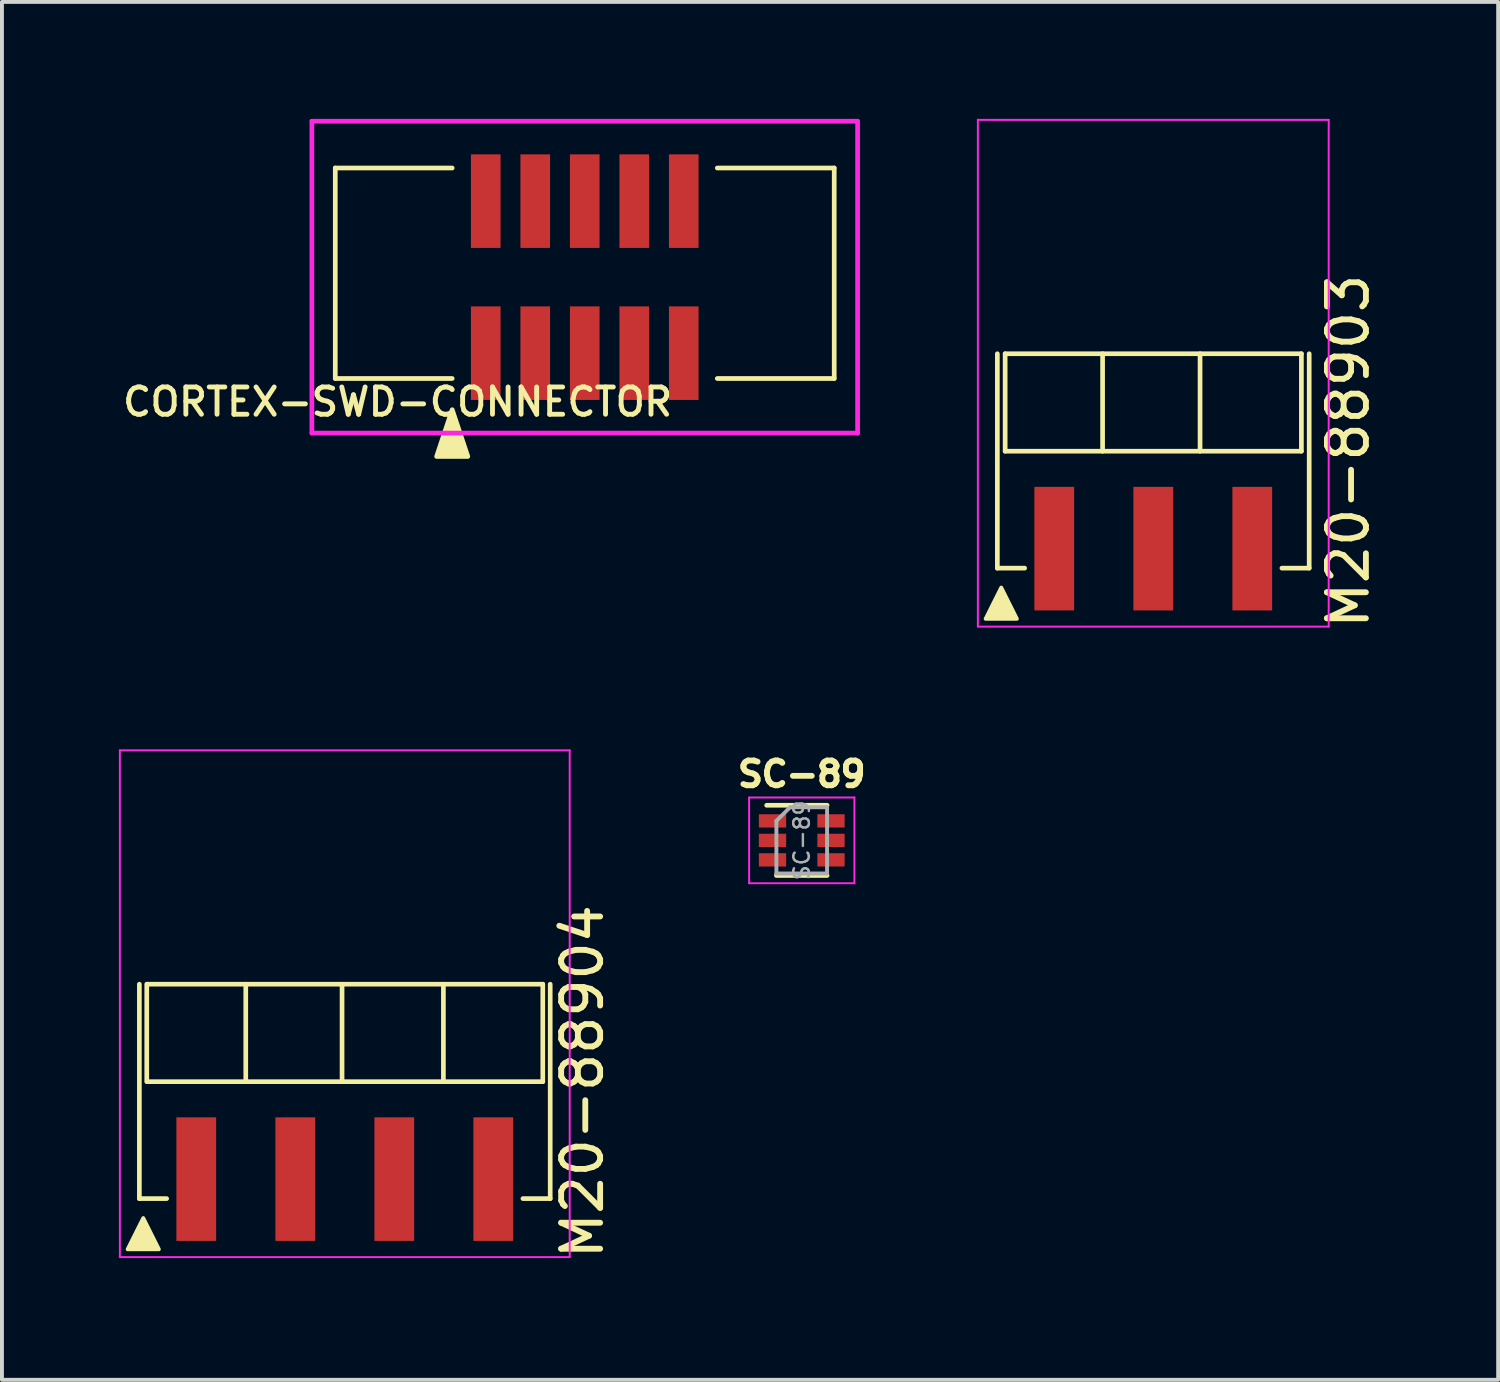
<source format=kicad_pcb>
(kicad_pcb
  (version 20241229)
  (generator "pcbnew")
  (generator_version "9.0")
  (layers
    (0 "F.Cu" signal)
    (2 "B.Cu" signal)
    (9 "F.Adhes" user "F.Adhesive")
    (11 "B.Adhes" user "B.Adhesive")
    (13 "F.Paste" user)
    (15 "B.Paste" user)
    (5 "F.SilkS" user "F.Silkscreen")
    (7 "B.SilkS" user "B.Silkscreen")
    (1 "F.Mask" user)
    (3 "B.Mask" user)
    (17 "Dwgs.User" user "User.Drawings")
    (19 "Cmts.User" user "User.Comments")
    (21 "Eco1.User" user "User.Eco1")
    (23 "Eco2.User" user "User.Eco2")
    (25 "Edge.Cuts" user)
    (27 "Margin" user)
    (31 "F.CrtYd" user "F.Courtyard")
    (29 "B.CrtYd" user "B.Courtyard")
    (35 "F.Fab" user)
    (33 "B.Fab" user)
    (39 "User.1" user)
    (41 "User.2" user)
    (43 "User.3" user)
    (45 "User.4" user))
  (footprint "M20-88904"
    (layer "F.Cu")
    (at 5.795 27.199)
    (property "Reference" "M20-88904" (at 6.096 -2.5 90) (layer "F.SilkS") (effects (font (size 1 1) (thickness 0.15))))
    (attr through_hole)
    (fp_line (start -5.27 -5) (end -5.27 0.5) (stroke (width 0.12) (type solid)) (layer "F.SilkS"))
    (fp_line (start -5.27 0.5) (end -4.57 0.5) (stroke (width 0.12) (type solid)) (layer "F.SilkS"))
    (fp_line (start -5.08 -2.5) (end -5.08 -5) (stroke (width 0.12) (type solid)) (layer "F.SilkS"))
    (fp_line (start -5.07 -5) (end 5.08 -5) (stroke (width 0.12) (type solid)) (layer "F.SilkS"))
    (fp_line (start -5.07 -2.5) (end 5.08 -2.5) (stroke (width 0.12) (type solid)) (layer "F.SilkS"))
    (fp_line (start -2.54 -5) (end -2.54 -2.5) (stroke (width 0.12) (type solid)) (layer "F.SilkS"))
    (fp_line (start -0.07 -5) (end -0.07 -2.5) (stroke (width 0.12) (type solid)) (layer "F.SilkS"))
    (fp_line (start 2.53 -5) (end 2.53 -2.5) (stroke (width 0.12) (type solid)) (layer "F.SilkS"))
    (fp_line (start 5.08 -5) (end 5.08 -2.5) (stroke (width 0.12) (type solid)) (layer "F.SilkS"))
    (fp_line (start 5.27 -5) (end 5.27 0.5) (stroke (width 0.12) (type solid)) (layer "F.SilkS"))
    (fp_line (start 5.27 0.5) (end 4.57 0.5) (stroke (width 0.12) (type solid)) (layer "F.SilkS"))
    (fp_poly (pts (xy -4.77 1.8) (xy -5.57 1.8) (xy -5.17 1)) (stroke (width 0.1) (type solid)) (fill yes) (layer "F.SilkS"))
    (fp_line (start -5.77 -11) (end 5.77 -11) (stroke (width 0.05) (type solid)) (layer "F.CrtYd"))
    (fp_line (start -5.77 2) (end -5.77 -11) (stroke (width 0.05) (type solid)) (layer "F.CrtYd"))
    (fp_line (start 5.77 -11) (end 5.77 2) (stroke (width 0.05) (type solid)) (layer "F.CrtYd"))
    (fp_line (start 5.77 2) (end -5.77 2) (stroke (width 0.05) (type solid)) (layer "F.CrtYd"))
    (pad "1" smd rect (at -3.81 0) (size 1.02 3.17) (layers "F.Cu" "F.Mask" "F.Paste"))
    (pad "2" smd rect (at -1.27 0) (size 1.02 3.17) (layers "F.Cu" "F.Mask" "F.Paste"))
    (pad "3" smd rect (at 1.27 0) (size 1.02 3.17) (layers "F.Cu" "F.Mask" "F.Paste"))
    (pad "4" smd rect (at 3.81 0) (size 1.02 3.17) (layers "F.Cu" "F.Mask" "F.Paste")))
  (footprint "SC-89"
    (layer "F.Cu")
    (at 17.518 18.509)
    (property "Reference" "SC-89" (at 0 -1.7 0) (layer "F.SilkS") (effects (font (size 0.635 0.635) (thickness 0.15))))
    (attr smd)
    (fp_line (start -0.9 -0.9) (end 0.65 -0.9) (stroke (width 0.12) (type solid)) (layer "F.SilkS"))
    (fp_line (start 0.65 0.9) (end -0.65 0.9) (stroke (width 0.12) (type solid)) (layer "F.SilkS"))
    (fp_line (start -1.35 -1.1) (end -1.35 1.1) (stroke (width 0.05) (type solid)) (layer "F.CrtYd"))
    (fp_line (start -1.35 -1.1) (end 1.35 -1.1) (stroke (width 0.05) (type solid)) (layer "F.CrtYd"))
    (fp_line (start 1.35 1.1) (end -1.35 1.1) (stroke (width 0.05) (type solid)) (layer "F.CrtYd"))
    (fp_line (start 1.35 1.1) (end 1.35 -1.1) (stroke (width 0.05) (type solid)) (layer "F.CrtYd"))
    (fp_line (start -0.65 -0.5) (end -0.65 0.85) (stroke (width 0.1) (type solid)) (layer "F.Fab"))
    (fp_line (start -0.65 -0.5) (end -0.3 -0.85) (stroke (width 0.1) (type solid)) (layer "F.Fab"))
    (fp_line (start -0.65 0.85) (end 0.65 0.85) (stroke (width 0.1) (type solid)) (layer "F.Fab"))
    (fp_line (start 0.65 -0.85) (end -0.3 -0.85) (stroke (width 0.1) (type solid)) (layer "F.Fab"))
    (fp_line (start 0.65 0.85) (end 0.65 -0.85) (stroke (width 0.1) (type solid)) (layer "F.Fab"))
    (fp_text user "${REFERENCE}" (at 0 0 90) (layer "F.Fab") (effects (font (size 0.4 0.4) (thickness 0.062))))
    (pad "1" smd rect (at -0.75 -0.5) (size 0.7 0.34) (layers "F.Cu" "F.Mask" "F.Paste"))
    (pad "1" smd rect (at -0.75 0) (size 0.7 0.34) (layers "F.Cu" "F.Mask" "F.Paste"))
    (pad "1" smd rect (at 0.75 -0.5) (size 0.7 0.34) (layers "F.Cu" "F.Mask" "F.Paste"))
    (pad "1" smd rect (at 0.75 0) (size 0.7 0.34) (layers "F.Cu" "F.Mask" "F.Paste"))
    (pad "2" smd rect (at -0.75 0.5) (size 0.7 0.34) (layers "F.Cu" "F.Mask" "F.Paste"))
    (pad "3" smd rect (at 0.75 0.5) (size 0.7 0.34) (layers "F.Cu" "F.Mask" "F.Paste")))
  (footprint "CORTEX-SWD-CONNECTOR"
    (layer "F.Cu")
    (at 11.951 4.06)
    (property "Reference" "CORTEX-SWD-CONNECTOR" (at -4.8 3.2 0) (unlocked yes) (layer "F.SilkS") (effects (font (size 0.7 0.7) (thickness 0.125))))
    (attr smd)
    (fp_line (start -6.4 -2.8) (end -6.4 2.6) (stroke (width 0.12) (type solid)) (layer "F.SilkS"))
    (fp_line (start -6.4 -2.8) (end -3.4 -2.8) (stroke (width 0.12) (type solid)) (layer "F.SilkS"))
    (fp_line (start -3.4 2.6) (end -6.4 2.6) (stroke (width 0.12) (type solid)) (layer "F.SilkS"))
    (fp_line (start 3.4 -2.8) (end 6.4 -2.8) (stroke (width 0.12) (type solid)) (layer "F.SilkS"))
    (fp_line (start 6.4 -2.8) (end 6.4 2.6) (stroke (width 0.12) (type solid)) (layer "F.SilkS"))
    (fp_line (start 6.4 2.6) (end 3.4 2.6) (stroke (width 0.12) (type solid)) (layer "F.SilkS"))
    (fp_poly (pts (xy -3 4.6) (xy -3.8 4.6) (xy -3.4 3.4)) (stroke (width 0.12) (type solid)) (fill yes) (layer "F.SilkS"))
    (fp_line (start -7 -4) (end -7 4) (stroke (width 0.12) (type solid)) (layer "F.CrtYd"))
    (fp_line (start -7 4) (end 7 4) (stroke (width 0.12) (type solid)) (layer "F.CrtYd"))
    (fp_line (start 7 -4) (end -7 -4) (stroke (width 0.12) (type solid)) (layer "F.CrtYd"))
    (fp_line (start 7 4) (end 7 -4) (stroke (width 0.12) (type solid)) (layer "F.CrtYd"))
    (pad "1" smd rect (at -2.54 1.95) (size 0.76 2.4) (layers "F.Cu" "F.Mask" "F.Paste"))
    (pad "2" smd rect (at -2.54 -1.95) (size 0.76 2.4) (layers "F.Cu" "F.Mask" "F.Paste"))
    (pad "3" smd rect (at -1.27 1.95) (size 0.76 2.4) (layers "F.Cu" "F.Mask" "F.Paste"))
    (pad "4" smd rect (at -1.27 -1.95) (size 0.76 2.4) (layers "F.Cu" "F.Mask" "F.Paste"))
    (pad "5" smd rect (at 0 1.95) (size 0.76 2.4) (layers "F.Cu" "F.Mask" "F.Paste"))
    (pad "6" smd rect (at 0 -1.95) (size 0.76 2.4) (layers "F.Cu" "F.Mask" "F.Paste"))
    (pad "7" smd rect (at 1.27 1.95) (size 0.76 2.4) (layers "F.Cu" "F.Mask" "F.Paste"))
    (pad "8" smd rect (at 1.27 -1.95) (size 0.76 2.4) (layers "F.Cu" "F.Mask" "F.Paste"))
    (pad "9" smd rect (at 2.54 1.95) (size 0.76 2.4) (layers "F.Cu" "F.Mask" "F.Paste"))
    (pad "10" smd rect (at 2.54 -1.95) (size 0.76 2.4) (layers "F.Cu" "F.Mask" "F.Paste")))
  (footprint "M20-88903"
    (layer "F.Cu")
    (at 26.536 11.025)
    (property "Reference" "M20-88903" (at 5 -2.5 90) (layer "F.SilkS") (effects (font (size 1 1) (thickness 0.15))))
    (attr through_hole)
    (fp_line (start -4 -5) (end -4 0.5) (stroke (width 0.12) (type solid)) (layer "F.SilkS"))
    (fp_line (start -4 0.5) (end -3.3 0.5) (stroke (width 0.12) (type solid)) (layer "F.SilkS"))
    (fp_line (start -3.8 -5) (end 3.8 -5) (stroke (width 0.12) (type solid)) (layer "F.SilkS"))
    (fp_line (start -3.8 -2.5) (end -3.8 -5) (stroke (width 0.12) (type solid)) (layer "F.SilkS"))
    (fp_line (start -3.8 -2.5) (end 3.8 -2.5) (stroke (width 0.12) (type solid)) (layer "F.SilkS"))
    (fp_line (start -1.3 -5) (end -1.3 -2.5) (stroke (width 0.12) (type solid)) (layer "F.SilkS"))
    (fp_line (start 1.2 -5) (end 1.2 -2.5) (stroke (width 0.12) (type solid)) (layer "F.SilkS"))
    (fp_line (start 3.8 -5) (end 3.8 -2.5) (stroke (width 0.12) (type solid)) (layer "F.SilkS"))
    (fp_line (start 4 -5) (end 4 0.5) (stroke (width 0.12) (type solid)) (layer "F.SilkS"))
    (fp_line (start 4 0.5) (end 3.3 0.5) (stroke (width 0.12) (type solid)) (layer "F.SilkS"))
    (fp_poly (pts (xy -3.5 1.8) (xy -4.3 1.8) (xy -3.9 1)) (stroke (width 0.1) (type solid)) (fill yes) (layer "F.SilkS"))
    (fp_line (start -4.5 -11) (end 4.5 -11) (stroke (width 0.05) (type solid)) (layer "F.CrtYd"))
    (fp_line (start -4.5 2) (end -4.5 -11) (stroke (width 0.05) (type solid)) (layer "F.CrtYd"))
    (fp_line (start 4.5 -11) (end 4.5 2) (stroke (width 0.05) (type solid)) (layer "F.CrtYd"))
    (fp_line (start 4.5 2) (end -4.5 2) (stroke (width 0.05) (type solid)) (layer "F.CrtYd"))
    (pad "1" smd rect (at -2.54 0) (size 1.02 3.17) (layers "F.Cu" "F.Mask" "F.Paste"))
    (pad "2" smd rect (at 0 0) (size 1.02 3.17) (layers "F.Cu" "F.Mask" "F.Paste"))
    (pad "3" smd rect (at 2.54 0) (size 1.02 3.17) (layers "F.Cu" "F.Mask" "F.Paste")))
  (gr_rect
    (start -3 -3)
    (end 35.384 32.348)
    (stroke (width 0.1) (type default))
    (fill no)
    (layer "Edge.Cuts")))
</source>
